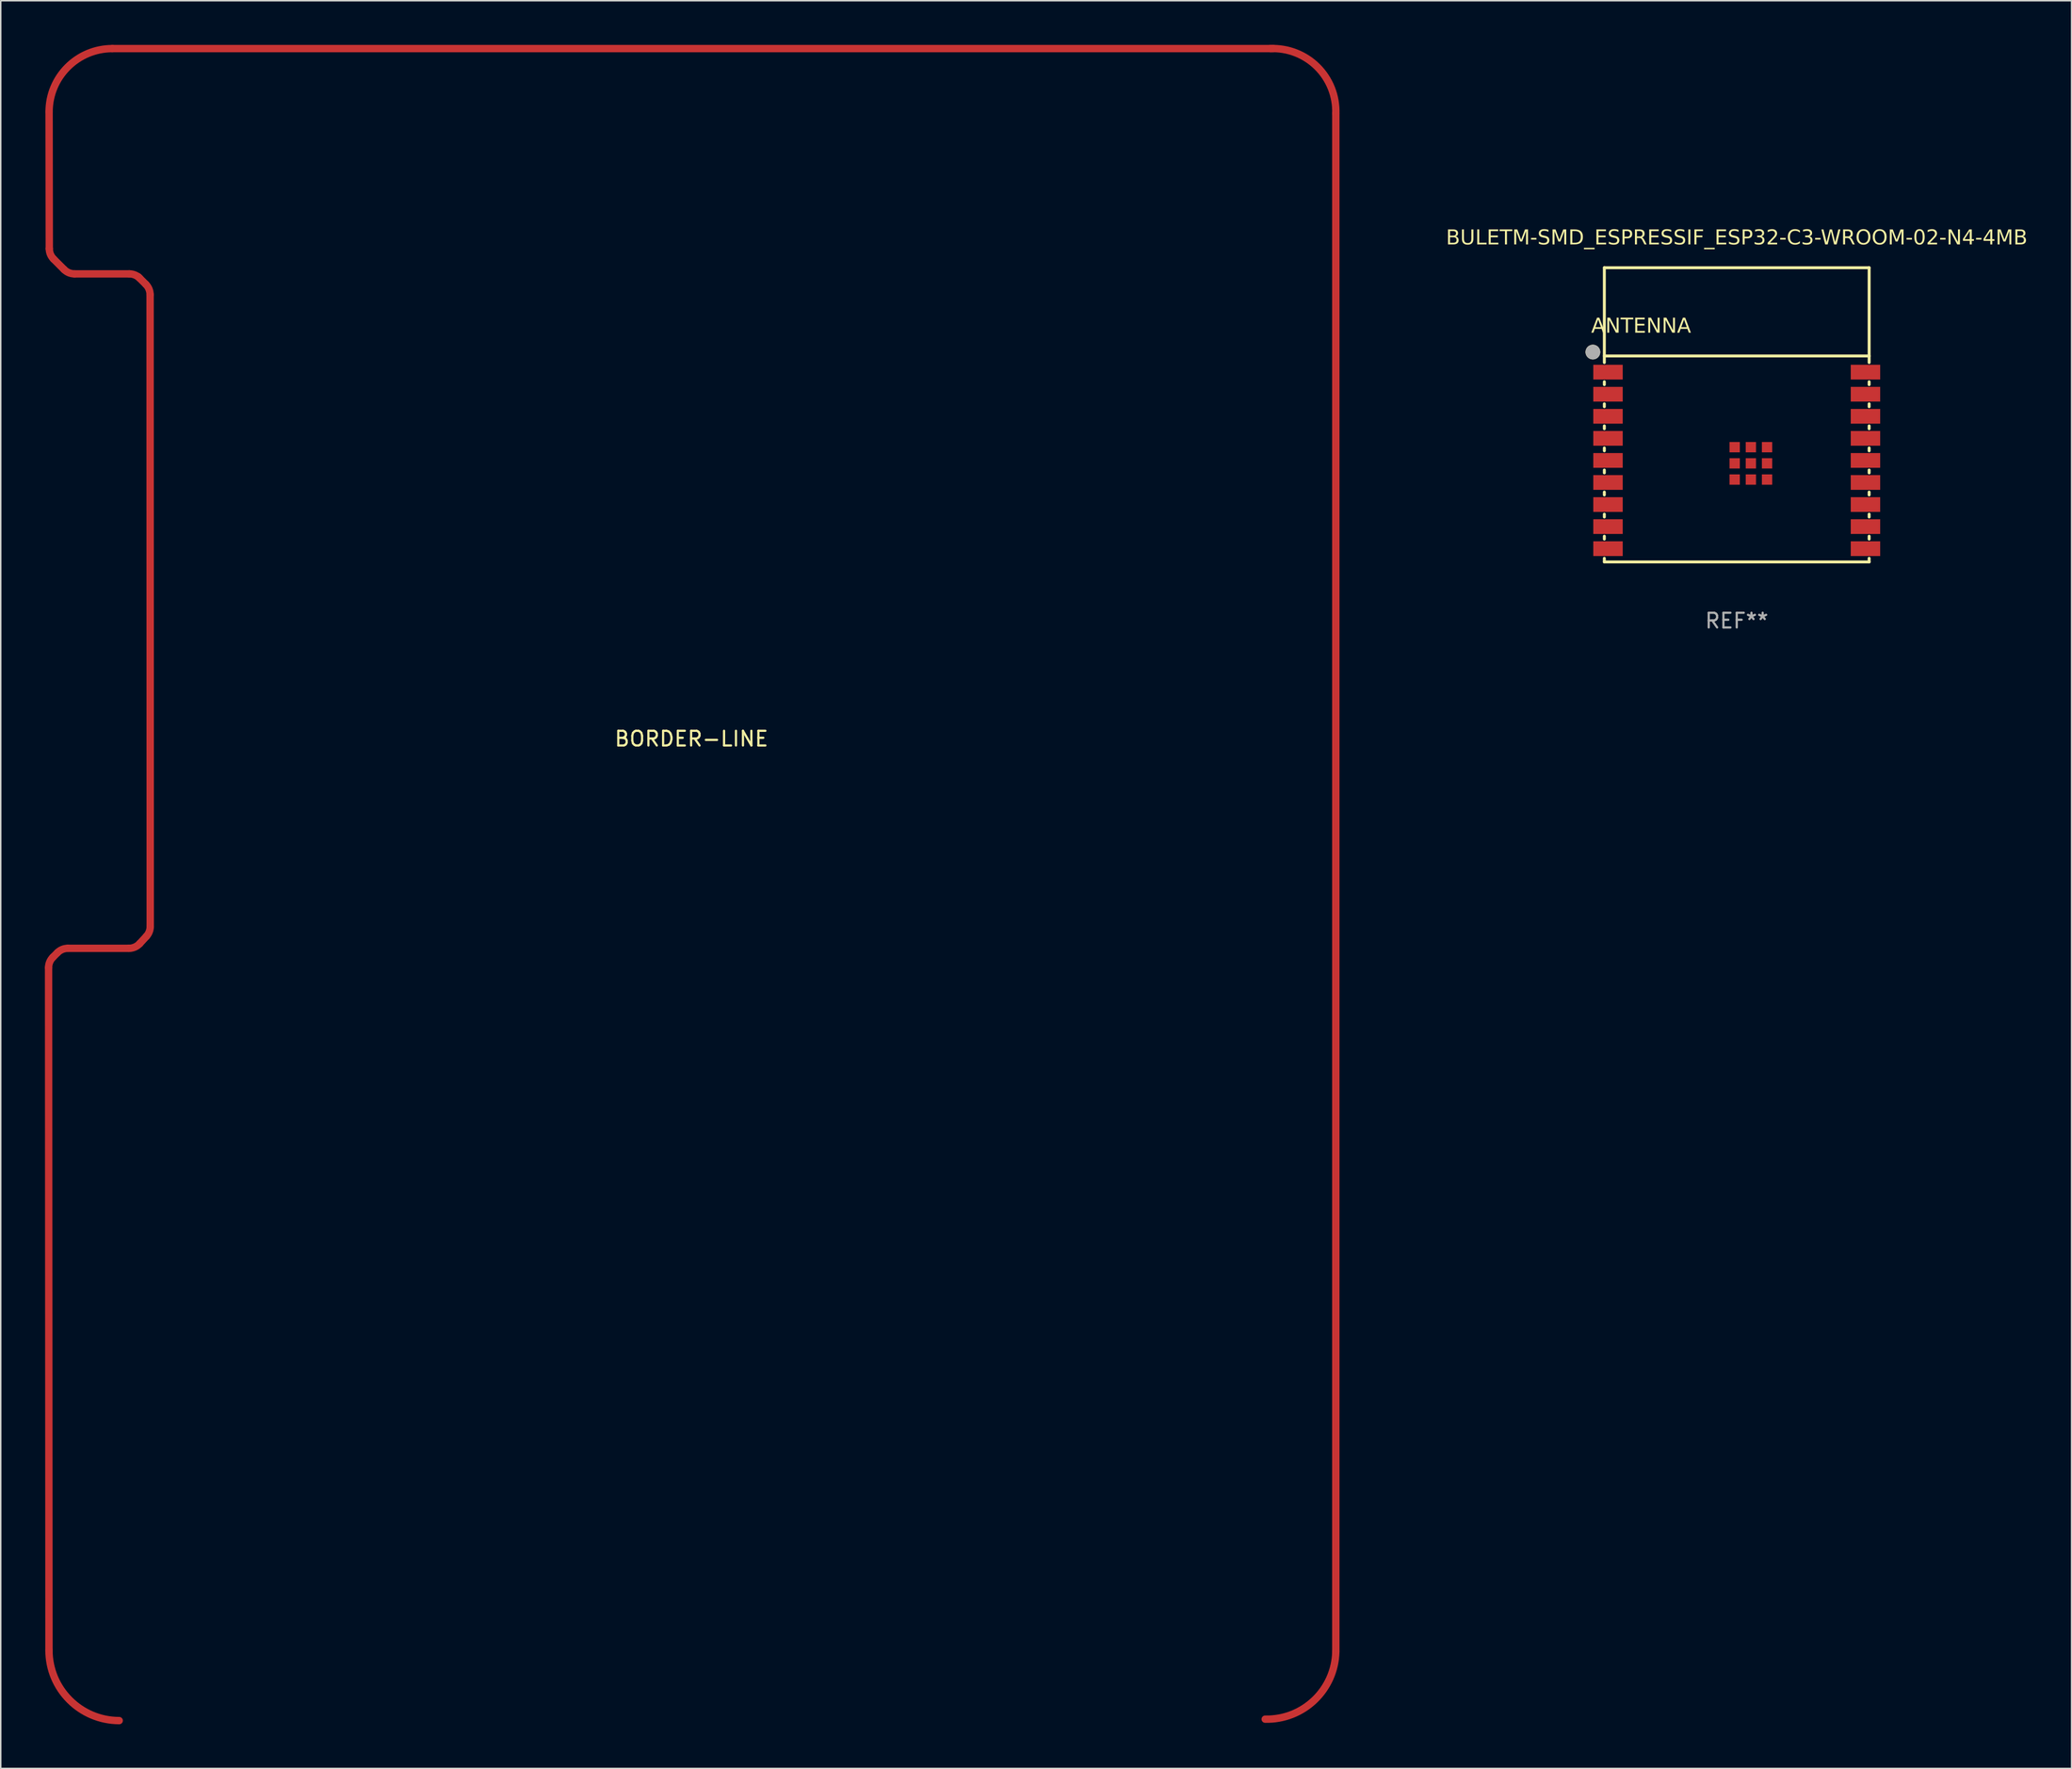
<source format=kicad_pcb>
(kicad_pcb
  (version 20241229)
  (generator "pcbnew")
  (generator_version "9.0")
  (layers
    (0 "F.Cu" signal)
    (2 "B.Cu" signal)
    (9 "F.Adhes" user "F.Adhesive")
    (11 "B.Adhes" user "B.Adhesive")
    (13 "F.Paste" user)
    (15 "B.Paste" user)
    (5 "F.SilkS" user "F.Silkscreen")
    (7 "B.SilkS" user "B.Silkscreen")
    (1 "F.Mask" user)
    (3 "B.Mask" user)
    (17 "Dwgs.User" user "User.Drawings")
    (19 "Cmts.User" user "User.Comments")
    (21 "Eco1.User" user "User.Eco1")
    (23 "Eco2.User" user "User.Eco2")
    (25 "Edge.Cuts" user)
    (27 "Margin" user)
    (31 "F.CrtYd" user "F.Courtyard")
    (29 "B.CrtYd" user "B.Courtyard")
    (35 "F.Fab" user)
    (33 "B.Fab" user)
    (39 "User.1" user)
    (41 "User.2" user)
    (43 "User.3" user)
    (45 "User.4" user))
  (footprint "BULETM-SMD_ESPRESSIF_ESP32-C3-WROOM-02-N4-4MB"
    (layer "F.Cu")
    (at 115.004 28.25)
    (property "Reference" "BULETM-SMD_ESPRESSIF_ESP32-C3-WROOM-02-N4-4MB" (at 0 -15.1 0) (layer "F.SilkS") (effects (font (face "Anko Personal Use SemBd") (size 1 1) (thickness 0.15))))
    (attr smd)
    (fp_line (start -9 -13.1) (end -9 -6.654) (stroke (width 0.2) (type solid)) (layer "F.SilkS"))
    (fp_line (start -9 -7.1) (end 9 -7.1) (stroke (width 0.2) (type solid)) (layer "F.SilkS"))
    (fp_line (start -9 -5.346) (end -9 -5.154) (stroke (width 0.2) (type solid)) (layer "F.SilkS"))
    (fp_line (start -9 -3.846) (end -9 -3.654) (stroke (width 0.2) (type solid)) (layer "F.SilkS"))
    (fp_line (start -9 -2.346) (end -9 -2.154) (stroke (width 0.2) (type solid)) (layer "F.SilkS"))
    (fp_line (start -9 -0.846) (end -9 -0.654) (stroke (width 0.2) (type solid)) (layer "F.SilkS"))
    (fp_line (start -9 0.654) (end -9 0.846) (stroke (width 0.2) (type solid)) (layer "F.SilkS"))
    (fp_line (start -9 2.154) (end -9 2.346) (stroke (width 0.2) (type solid)) (layer "F.SilkS"))
    (fp_line (start -9 3.654) (end -9 3.846) (stroke (width 0.2) (type solid)) (layer "F.SilkS"))
    (fp_line (start -9 5.154) (end -9 5.346) (stroke (width 0.2) (type solid)) (layer "F.SilkS"))
    (fp_line (start -9 6.654) (end -9 6.9) (stroke (width 0.2) (type solid)) (layer "F.SilkS"))
    (fp_line (start -9 6.9) (end 9 6.9) (stroke (width 0.2) (type solid)) (layer "F.SilkS"))
    (fp_line (start 9 -13.1) (end -9 -13.1) (stroke (width 0.2) (type solid)) (layer "F.SilkS"))
    (fp_line (start 9 -6.654) (end 9 -13.1) (stroke (width 0.2) (type solid)) (layer "F.SilkS"))
    (fp_line (start 9 -5.154) (end 9 -5.346) (stroke (width 0.2) (type solid)) (layer "F.SilkS"))
    (fp_line (start 9 -3.654) (end 9 -3.846) (stroke (width 0.2) (type solid)) (layer "F.SilkS"))
    (fp_line (start 9 -2.154) (end 9 -2.346) (stroke (width 0.2) (type solid)) (layer "F.SilkS"))
    (fp_line (start 9 -0.654) (end 9 -0.846) (stroke (width 0.2) (type solid)) (layer "F.SilkS"))
    (fp_line (start 9 0.846) (end 9 0.654) (stroke (width 0.2) (type solid)) (layer "F.SilkS"))
    (fp_line (start 9 2.346) (end 9 2.154) (stroke (width 0.2) (type solid)) (layer "F.SilkS"))
    (fp_line (start 9 3.846) (end 9 3.654) (stroke (width 0.2) (type solid)) (layer "F.SilkS"))
    (fp_line (start 9 5.346) (end 9 5.154) (stroke (width 0.2) (type solid)) (layer "F.SilkS"))
    (fp_line (start 9 6.9) (end 9 6.654) (stroke (width 0.2) (type solid)) (layer "F.SilkS"))
    (fp_circle (center -9.779 -7.366) (end -9.529 -7.366) (stroke (width 0.5) (type solid)) (fill no) (layer "F.SilkS"))
    (fp_circle (center -9 -13.1) (end -8.97 -13.1) (stroke (width 0.06) (type solid)) (fill no) (layer "F.SilkS"))
    (fp_circle (center -9.779 -7.366) (end -9.529 -7.366) (stroke (width 0.5) (type solid)) (fill no) (layer "F.Fab"))
    (fp_text user "ANTENNA" (at -6.5 -9.1 0) (layer "F.SilkS") (effects (font (face "Anko Personal Use SemBd") (size 1 1) (thickness 0.15))))
    (fp_text user "REF**" (at 0 10.9 0) (layer "F.Fab") (effects (font (size 1 1) (thickness 0.15))))
    (pad "1" smd rect (at -8.75 -6) (size 2 1) (layers "F.Cu" "F.Mask" "F.Paste"))
    (pad "2" smd rect (at -8.75 -4.5) (size 2 1) (layers "F.Cu" "F.Mask" "F.Paste"))
    (pad "3" smd rect (at -8.75 -3) (size 2 1) (layers "F.Cu" "F.Mask" "F.Paste"))
    (pad "4" smd rect (at -8.75 -1.5) (size 2 1) (layers "F.Cu" "F.Mask" "F.Paste"))
    (pad "5" smd rect (at -8.75 0) (size 2 1) (layers "F.Cu" "F.Mask" "F.Paste"))
    (pad "6" smd rect (at -8.75 1.5) (size 2 1) (layers "F.Cu" "F.Mask" "F.Paste"))
    (pad "7" smd rect (at -8.75 3) (size 2 1) (layers "F.Cu" "F.Mask" "F.Paste"))
    (pad "8" smd rect (at -8.75 4.5) (size 2 1) (layers "F.Cu" "F.Mask" "F.Paste"))
    (pad "9" smd rect (at -8.75 6) (size 2 1) (layers "F.Cu" "F.Mask" "F.Paste"))
    (pad "10" smd rect (at 8.75 6) (size 2 1) (layers "F.Cu" "F.Mask" "F.Paste"))
    (pad "11" smd rect (at 8.75 4.5) (size 2 1) (layers "F.Cu" "F.Mask" "F.Paste"))
    (pad "12" smd rect (at 8.75 3) (size 2 1) (layers "F.Cu" "F.Mask" "F.Paste"))
    (pad "13" smd rect (at 8.75 1.5) (size 2 1) (layers "F.Cu" "F.Mask" "F.Paste"))
    (pad "14" smd rect (at 8.75 0) (size 2 1) (layers "F.Cu" "F.Mask" "F.Paste"))
    (pad "15" smd rect (at 8.75 -1.5) (size 2 1) (layers "F.Cu" "F.Mask" "F.Paste"))
    (pad "16" smd rect (at 8.75 -3) (size 2 1) (layers "F.Cu" "F.Mask" "F.Paste"))
    (pad "17" smd rect (at 8.75 -4.5) (size 2 1) (layers "F.Cu" "F.Mask" "F.Paste"))
    (pad "18" smd rect (at 8.75 -6) (size 2 1) (layers "F.Cu" "F.Mask" "F.Paste"))
    (pad "19" smd rect (at -0.14 -0.9) (size 0.7 0.7) (layers "F.Cu" "F.Mask" "F.Paste"))
    (pad "19" smd rect (at -0.14 0.2) (size 0.7 0.7) (layers "F.Cu" "F.Mask" "F.Paste"))
    (pad "19" smd rect (at -0.14 1.3) (size 0.7 0.7) (layers "F.Cu" "F.Mask" "F.Paste"))
    (pad "19" smd rect (at 0.96 -0.9) (size 0.7 0.7) (layers "F.Cu" "F.Mask" "F.Paste"))
    (pad "19" smd rect (at 0.96 0.2) (size 0.7 0.7) (layers "F.Cu" "F.Mask" "F.Paste"))
    (pad "19" smd rect (at 0.96 1.3) (size 0.7 0.7) (layers "F.Cu" "F.Mask" "F.Paste"))
    (pad "19" smd rect (at 2.06 -0.9) (size 0.7 0.7) (layers "F.Cu" "F.Mask" "F.Paste"))
    (pad "19" smd rect (at 2.06 0.2) (size 0.7 0.7) (layers "F.Cu" "F.Mask" "F.Paste"))
    (pad "19" smd rect (at 2.06 1.3) (size 0.7 0.7) (layers "F.Cu" "F.Mask" "F.Paste"))
    (zone (net_name "") (layers "F.Cu" "B.Cu") (hatch edge 0.5) (connect_pads) (min_thickness 0.25) (filled_areas_thickness no) (keepout (tracks not_allowed) (vias not_allowed) (pads not_allowed) (copperpour not_allowed) (footprints allowed)) (placement (enabled no)) (fill) (polygon (pts (xy 91.004 0.15) (xy 134.704 0) (xy 134.704 21) (xy 91.004 21.15)))))
  (footprint "BORDER-LINE"
    (layer "F.Cu")
    (at 40.902 50.418)
    (property "Reference" "BORDER-LINE" (at 3.051 -3.244 0) (unlocked yes) (layer "F.SilkS") (effects (font (size 1 1) (thickness 0.15))))
    (attr smd board_only exclude_from_pos_files exclude_from_bom allow_missing_courtyard)
    (fp_line (start -40.65 12.315) (end -40.623 58.815) (stroke (width 0.5) (type default)) (layer "F.Cu"))
    (fp_line (start -40.614 -45.864) (end -40.601 -36.563) (stroke (width 0.5) (type default)) (layer "F.Cu"))
    (fp_line (start -40.043 11.293) (end -40.357 11.607) (stroke (width 0.5) (type default)) (layer "F.Cu"))
    (fp_line (start -39.593 -35.143) (end -40.308 -35.858) (stroke (width 0.5) (type default)) (layer "F.Cu"))
    (fp_line (start -38.886 -34.851) (end -35.164 -34.85) (stroke (width 0.5) (type default)) (layer "F.Cu"))
    (fp_line (start -36.314 -50.164) (end 42.6 -50.164) (stroke (width 0.5) (type default)) (layer "F.Cu"))
    (fp_line (start -35.189 11) (end -39.336 11) (stroke (width 0.5) (type default)) (layer "F.Cu"))
    (fp_line (start -34.55 -34.65) (end -34.042 -34.142) (stroke (width 0.5) (type default)) (layer "F.Cu"))
    (fp_line (start -34.003 10.187) (end -34.453 10.676) (stroke (width 0.5) (type default)) (layer "F.Cu"))
    (fp_line (start -33.75 -33.435) (end -33.74 9.51) (stroke (width 0.5) (type default)) (layer "F.Cu"))
    (fp_line (start 46.85 -45.764) (end 46.85 58.809) (stroke (width 0.5) (type default)) (layer "F.Cu"))
    (fp_arc (start -40.649758 12.314556) (mid -40.57375 11.931558) (end -40.356865 11.606865) (stroke (width 0.5) (type default)) (layer "F.Cu"))
    (fp_arc (start -40.614466 -45.864465) (mid -39.355025 -48.905024) (end -36.314466 -50.164465) (stroke (width 0.5) (type default)) (layer "F.Cu"))
    (fp_arc (start -40.307521 -35.857728) (mid -40.524169 -36.181497) (end -40.600664 -36.563481) (stroke (width 0.5) (type default)) (layer "F.Cu"))
    (fp_arc (start -40.042893 11.292893) (mid -39.71847 11.07612) (end -39.335786 11) (stroke (width 0.5) (type default)) (layer "F.Cu"))
    (fp_arc (start -38.886112 -34.850837) (mid -39.268523 -34.926928) (end -39.592766 -35.14348) (stroke (width 0.5) (type default)) (layer "F.Cu"))
    (fp_arc (start -35.85 63.5) (mid -39.229198 62.091527) (end -40.622712 58.706133) (stroke (width 0.5) (type default)) (layer "F.Cu"))
    (fp_arc (start -35.164351 -34.850084) (mid -34.781575 -34.773841) (end -34.457138 -34.556882) (stroke (width 0.5) (type default)) (layer "F.Cu"))
    (fp_arc (start -34.452818 10.676382) (mid -34.787114 10.915528) (end -35.189369 11) (stroke (width 0.5) (type default)) (layer "F.Cu"))
    (fp_arc (start -34.042488 -34.14187) (mid -33.825985 -33.817661) (end -33.749904 -33.435304) (stroke (width 0.5) (type default)) (layer "F.Cu"))
    (fp_arc (start -33.739948 9.510369) (mid -33.808093 9.873432) (end -34.003398 10.186983) (stroke (width 0.5) (type default)) (layer "F.Cu"))
    (fp_arc (start 42.4 -50.164463) (mid 45.585343 -48.928274) (end 46.85 -45.754126) (stroke (width 0.5) (type default)) (layer "F.Cu"))
    (fp_arc (start 46.85 58.808954) (mid 45.401422 62.100001) (end 42.05 63.402821) (stroke (width 0.5) (type default)) (layer "F.Cu"))
    (fp_line (start -40.65 12.315) (end -40.623 58.815) (stroke (width 0.5) (type default)) (layer "F.Mask"))
    (fp_line (start -40.614 -45.864) (end -40.601 -36.563) (stroke (width 0.5) (type default)) (layer "F.Mask"))
    (fp_line (start -40.043 11.293) (end -40.357 11.607) (stroke (width 0.5) (type default)) (layer "F.Mask"))
    (fp_line (start -39.593 -35.143) (end -40.308 -35.858) (stroke (width 0.5) (type default)) (layer "F.Mask"))
    (fp_line (start -39.593 -35.143) (end -40.308 -35.858) (stroke (width 0.5) (type default)) (layer "F.Mask"))
    (fp_line (start -38.886 -34.851) (end -35.25 -34.85) (stroke (width 0.5) (type default)) (layer "F.Mask"))
    (fp_line (start -36.314 -50.164) (end 42.6 -50.164) (stroke (width 0.5) (type default)) (layer "F.Mask"))
    (fp_line (start -35.189 11) (end -39.336 11) (stroke (width 0.5) (type default)) (layer "F.Mask"))
    (fp_line (start -34.35 -34.45) (end -34.042 -34.142) (stroke (width 0.5) (type default)) (layer "F.Mask"))
    (fp_line (start -34.003 10.187) (end -34.453 10.676) (stroke (width 0.5) (type default)) (layer "F.Mask"))
    (fp_line (start -33.75 -33.435) (end -33.74 9.51) (stroke (width 0.5) (type default)) (layer "F.Mask"))
    (fp_line (start 46.85 -45.754) (end 46.85 58.809) (stroke (width 0.5) (type default)) (layer "F.Mask"))
    (fp_arc (start -40.651616 12.314557) (mid -40.586707 11.959221) (end -40.399999 11.650001) (stroke (width 0.5) (type default)) (layer "F.Mask"))
    (fp_arc (start -40.614466 -45.864465) (mid -39.355025 -48.905024) (end -36.314466 -50.164465) (stroke (width 0.5) (type default)) (layer "F.Mask"))
    (fp_arc (start -40.307521 -35.857728) (mid -40.524169 -36.181497) (end -40.600664 -36.563481) (stroke (width 0.5) (type default)) (layer "F.Mask"))
    (fp_arc (start -40.307521 -35.857728) (mid -40.524169 -36.181497) (end -40.600664 -36.563481) (stroke (width 0.5) (type default)) (layer "F.Mask"))
    (fp_arc (start -39.999999 11.250001) (mid -39.690963 11.063236) (end -39.335786 10.998163) (stroke (width 0.5) (type default)) (layer "F.Mask"))
    (fp_arc (start -38.886116 -34.850834) (mid -39.268523 -34.926927) (end -39.592763 -35.143477) (stroke (width 0.5) (type default)) (layer "F.Mask"))
    (fp_arc (start -38.886112 -34.850837) (mid -39.268523 -34.926928) (end -39.592766 -35.14348) (stroke (width 0.5) (type default)) (layer "F.Mask"))
    (fp_arc (start -35.85 63.5) (mid -39.229198 62.091527) (end -40.622712 58.706133) (stroke (width 0.5) (type default)) (layer "F.Mask"))
    (fp_arc (start -35.164351 -34.850084) (mid -34.781575 -34.773841) (end -34.457138 -34.556882) (stroke (width 0.5) (type default)) (layer "F.Mask"))
    (fp_arc (start -34.452818 10.676382) (mid -34.787114 10.915528) (end -35.189369 11) (stroke (width 0.5) (type default)) (layer "F.Mask"))
    (fp_arc (start -34.452818 10.676382) (mid -34.787114 10.915528) (end -35.189369 11) (stroke (width 0.5) (type default)) (layer "F.Mask"))
    (fp_arc (start -34.042488 -34.14187) (mid -33.825985 -33.817661) (end -33.749904 -33.435304) (stroke (width 0.5) (type default)) (layer "F.Mask"))
    (fp_arc (start -34.042488 -34.14187) (mid -33.825984 -33.817661) (end -33.749904 -33.435304) (stroke (width 0.5) (type default)) (layer "F.Mask"))
    (fp_arc (start -33.739948 9.510369) (mid -33.808093 9.873432) (end -34.003398 10.186983) (stroke (width 0.5) (type default)) (layer "F.Mask"))
    (fp_arc (start -33.739948 9.510369) (mid -33.808093 9.873432) (end -34.003398 10.186983) (stroke (width 0.5) (type default)) (layer "F.Mask"))
    (fp_arc (start 42.4 -50.164463) (mid 45.585341 -48.928272) (end 46.85 -45.754126) (stroke (width 0.5) (type default)) (layer "F.Mask"))
    (fp_arc (start 46.85 58.808954) (mid 45.401422 62.100001) (end 42.05 63.402821) (stroke (width 0.5) (type default)) (layer "F.Mask")))
  (gr_rect
    (start -3 -3)
    (end 137.766 117.168)
    (stroke (width 0.1) (type default))
    (fill no)
    (layer "Edge.Cuts")))
</source>
